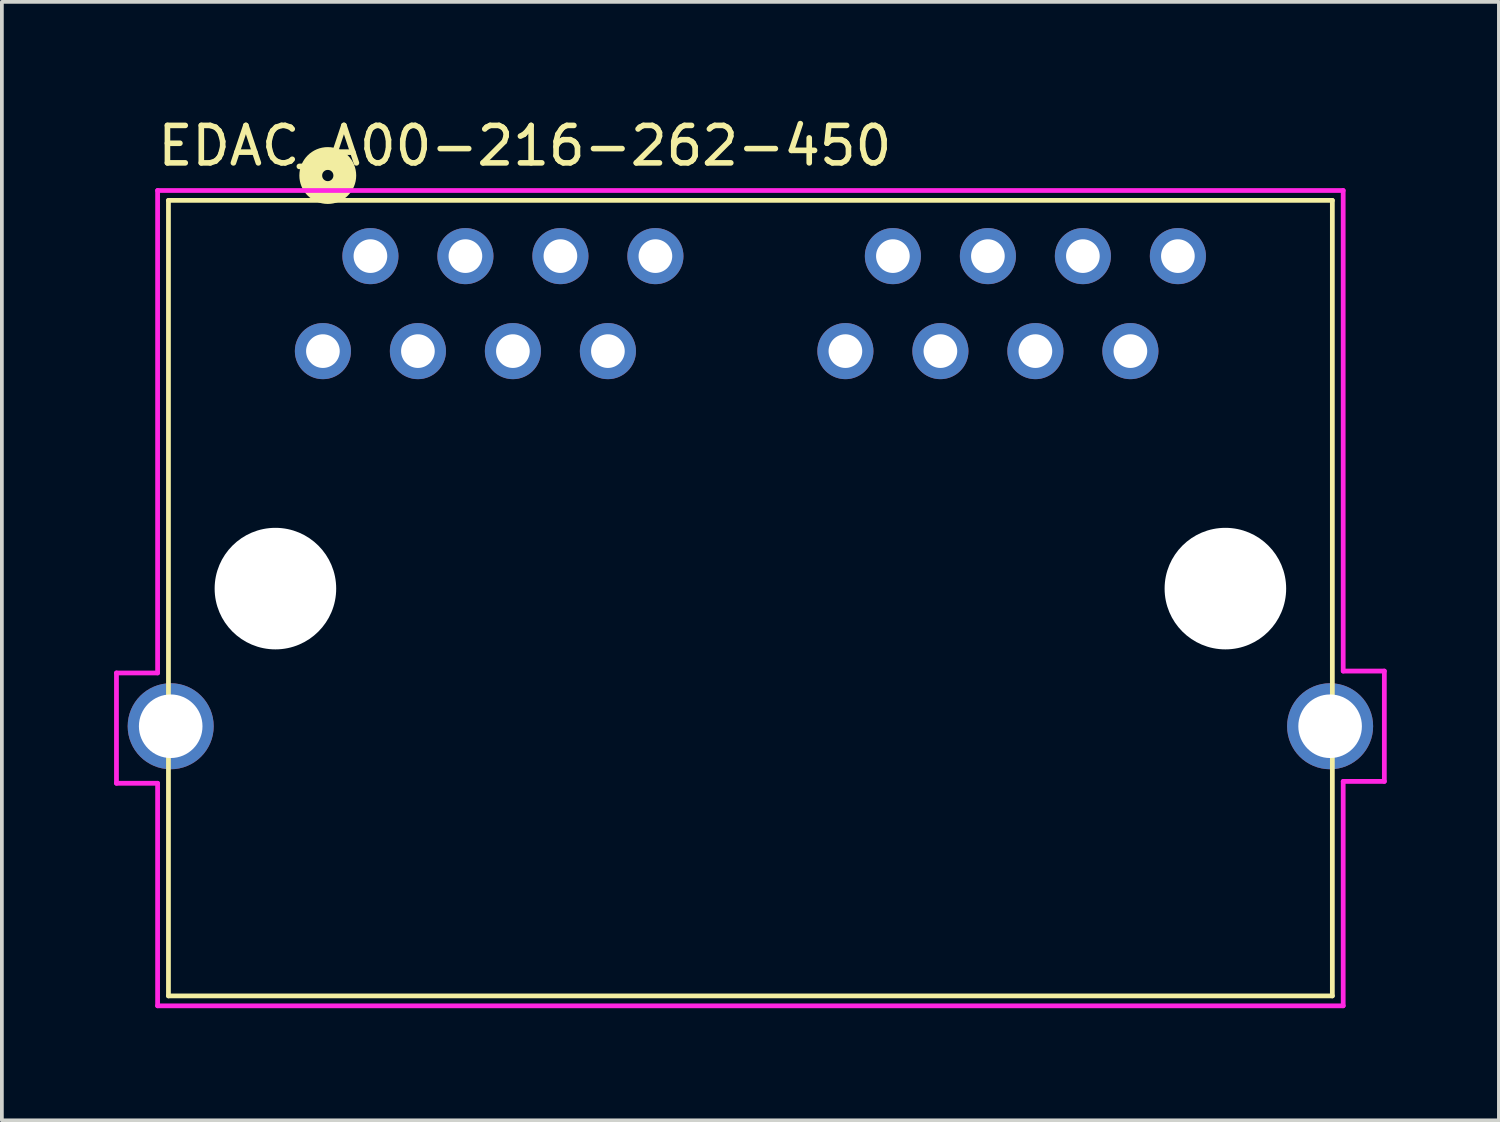
<source format=kicad_pcb>
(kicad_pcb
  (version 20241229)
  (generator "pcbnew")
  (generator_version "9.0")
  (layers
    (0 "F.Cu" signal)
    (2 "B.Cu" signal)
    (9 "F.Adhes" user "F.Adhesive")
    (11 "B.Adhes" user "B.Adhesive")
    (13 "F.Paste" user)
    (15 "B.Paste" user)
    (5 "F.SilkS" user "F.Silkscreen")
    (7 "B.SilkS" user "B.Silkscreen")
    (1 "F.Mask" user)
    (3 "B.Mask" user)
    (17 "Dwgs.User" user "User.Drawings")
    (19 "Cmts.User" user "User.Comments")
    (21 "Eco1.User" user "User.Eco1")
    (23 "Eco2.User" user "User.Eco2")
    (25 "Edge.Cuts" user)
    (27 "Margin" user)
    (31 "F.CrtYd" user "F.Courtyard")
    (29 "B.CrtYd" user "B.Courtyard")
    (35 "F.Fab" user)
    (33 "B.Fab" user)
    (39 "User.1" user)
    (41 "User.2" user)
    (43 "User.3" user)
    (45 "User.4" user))
  (footprint "EDAC_A00-216-262-450"
    (layer "F.Cu")
    (at 17.014 12.943)
    (property "Reference" "EDAC_A00-216-262-450" (at -6.03 -12.094 0) (layer "F.SilkS") (effects (font (size 1.001 1.001) (thickness 0.15))))
    (attr through_hole)
    (fp_line (start -15.56 -10.635) (end -15.56 10.635) (stroke (width 0.127) (type solid)) (layer "F.SilkS"))
    (fp_line (start -15.56 10.635) (end 15.56 10.635) (stroke (width 0.127) (type solid)) (layer "F.SilkS"))
    (fp_line (start 15.56 -10.635) (end -15.56 -10.635) (stroke (width 0.127) (type solid)) (layer "F.SilkS"))
    (fp_line (start 15.56 10.635) (end 15.56 -10.635) (stroke (width 0.127) (type solid)) (layer "F.SilkS"))
    (fp_circle (center -11.3 -11.3) (end -11.15 -11.3) (stroke (width 0.61) (type solid)) (fill no) (layer "F.SilkS"))
    (fp_line (start -16.95 2) (end -15.85 2) (stroke (width 0.127) (type solid)) (layer "F.CrtYd"))
    (fp_line (start -16.95 4.95) (end -16.95 2) (stroke (width 0.127) (type solid)) (layer "F.CrtYd"))
    (fp_line (start -15.85 -10.9) (end 15.85 -10.9) (stroke (width 0.127) (type solid)) (layer "F.CrtYd"))
    (fp_line (start -15.85 2) (end -15.85 -10.9) (stroke (width 0.127) (type solid)) (layer "F.CrtYd"))
    (fp_line (start -15.85 4.95) (end -16.95 4.95) (stroke (width 0.127) (type solid)) (layer "F.CrtYd"))
    (fp_line (start -15.85 10.9) (end -15.85 4.95) (stroke (width 0.127) (type solid)) (layer "F.CrtYd"))
    (fp_line (start 15.85 -10.9) (end 15.85 1.95) (stroke (width 0.127) (type solid)) (layer "F.CrtYd"))
    (fp_line (start 15.85 1.95) (end 16.95 1.95) (stroke (width 0.127) (type solid)) (layer "F.CrtYd"))
    (fp_line (start 15.85 4.9) (end 15.85 10.9) (stroke (width 0.127) (type solid)) (layer "F.CrtYd"))
    (fp_line (start 15.85 10.9) (end -15.85 10.9) (stroke (width 0.127) (type solid)) (layer "F.CrtYd"))
    (fp_line (start 16.95 1.95) (end 16.95 4.9) (stroke (width 0.127) (type solid)) (layer "F.CrtYd"))
    (fp_line (start 16.95 4.9) (end 15.85 4.9) (stroke (width 0.127) (type solid)) (layer "F.CrtYd"))
    (pad "" np_thru_hole circle (at -12.7 -0.255) (size 3.25 3.25) (drill 3.25) (layers "*.Cu" "*.Mask"))
    (pad "" np_thru_hole circle (at 12.7 -0.255) (size 3.25 3.25) (drill 3.25) (layers "*.Cu" "*.Mask"))
    (pad "1" thru_hole circle (at -11.43 -6.605) (size 1.5 1.5) (drill 0.9) (layers "*.Cu" "*.Mask"))
    (pad "2" thru_hole circle (at -10.16 -9.145) (size 1.5 1.5) (drill 0.9) (layers "*.Cu" "*.Mask"))
    (pad "3" thru_hole circle (at -8.89 -6.605) (size 1.5 1.5) (drill 0.9) (layers "*.Cu" "*.Mask"))
    (pad "4" thru_hole circle (at -7.62 -9.145) (size 1.5 1.5) (drill 0.9) (layers "*.Cu" "*.Mask"))
    (pad "5" thru_hole circle (at -6.35 -6.605) (size 1.5 1.5) (drill 0.9) (layers "*.Cu" "*.Mask"))
    (pad "6" thru_hole circle (at -5.08 -9.145) (size 1.5 1.5) (drill 0.9) (layers "*.Cu" "*.Mask"))
    (pad "7" thru_hole circle (at -3.81 -6.605) (size 1.5 1.5) (drill 0.9) (layers "*.Cu" "*.Mask"))
    (pad "8" thru_hole circle (at -2.54 -9.145) (size 1.5 1.5) (drill 0.9) (layers "*.Cu" "*.Mask"))
    (pad "9" thru_hole circle (at 2.54 -6.605) (size 1.5 1.5) (drill 0.9) (layers "*.Cu" "*.Mask"))
    (pad "10" thru_hole circle (at 3.81 -9.145) (size 1.5 1.5) (drill 0.9) (layers "*.Cu" "*.Mask"))
    (pad "11" thru_hole circle (at 5.08 -6.605) (size 1.5 1.5) (drill 0.9) (layers "*.Cu" "*.Mask"))
    (pad "12" thru_hole circle (at 6.35 -9.145) (size 1.5 1.5) (drill 0.9) (layers "*.Cu" "*.Mask"))
    (pad "13" thru_hole circle (at 7.62 -6.605) (size 1.5 1.5) (drill 0.9) (layers "*.Cu" "*.Mask"))
    (pad "14" thru_hole circle (at 8.89 -9.145) (size 1.5 1.5) (drill 0.9) (layers "*.Cu" "*.Mask"))
    (pad "15" thru_hole circle (at 10.16 -6.605) (size 1.5 1.5) (drill 0.9) (layers "*.Cu" "*.Mask"))
    (pad "16" thru_hole circle (at 11.43 -9.145) (size 1.5 1.5) (drill 0.9) (layers "*.Cu" "*.Mask"))
    (pad "M1" thru_hole circle (at -15.5 3.425) (size 2.3 2.3) (drill 1.7) (layers "*.Cu" "*.Mask"))
    (pad "M2" thru_hole circle (at 15.5 3.425) (size 2.3 2.3) (drill 1.7) (layers "*.Cu" "*.Mask")))
  (gr_rect
    (start -3 -3)
    (end 37.027 26.906)
    (stroke (width 0.1) (type default))
    (fill no)
    (layer "Edge.Cuts")))
</source>
